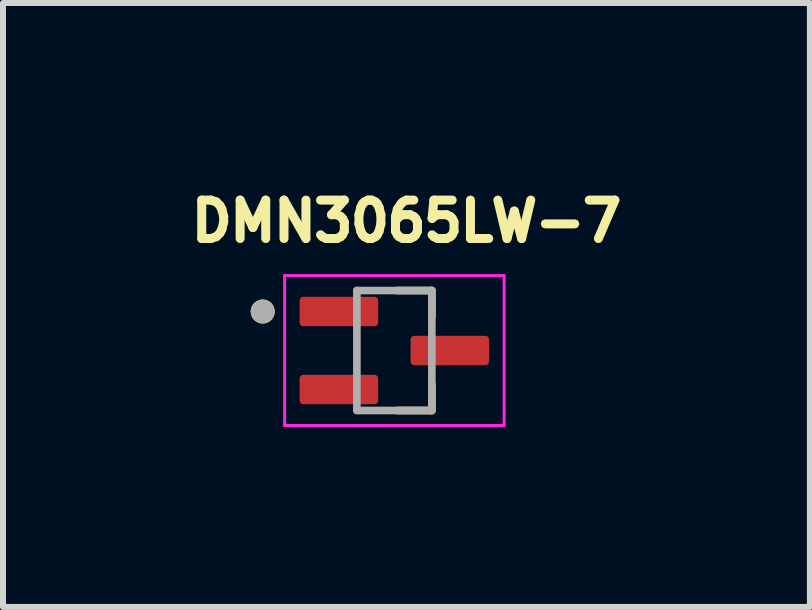
<source format=kicad_pcb>
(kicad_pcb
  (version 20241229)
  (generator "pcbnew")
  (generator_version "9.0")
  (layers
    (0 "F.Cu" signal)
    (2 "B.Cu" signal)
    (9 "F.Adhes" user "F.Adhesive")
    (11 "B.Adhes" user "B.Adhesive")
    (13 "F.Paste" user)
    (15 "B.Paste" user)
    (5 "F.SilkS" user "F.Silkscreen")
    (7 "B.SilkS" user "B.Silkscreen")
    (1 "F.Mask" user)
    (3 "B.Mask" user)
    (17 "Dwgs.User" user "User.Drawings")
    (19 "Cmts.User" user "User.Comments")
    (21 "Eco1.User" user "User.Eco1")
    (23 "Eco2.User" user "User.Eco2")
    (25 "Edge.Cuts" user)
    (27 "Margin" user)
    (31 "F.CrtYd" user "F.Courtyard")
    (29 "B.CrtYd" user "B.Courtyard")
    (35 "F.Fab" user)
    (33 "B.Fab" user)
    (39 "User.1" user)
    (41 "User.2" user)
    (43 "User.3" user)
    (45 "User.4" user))
  (footprint "DMN3065LW-7"
    (layer "F.Cu")
    (at 3.525 2.794)
    (property "Reference" "DMN3065LW-7" (at 0.202 -2.156 0) (layer "F.SilkS") (effects (font (size 0.64 0.64) (thickness 0.15))))
    (attr smd)
    (fp_line (start 0.05 1) (end 0.625 1) (stroke (width 0.127) (type solid)) (layer "F.SilkS"))
    (fp_line (start 0.625 -1) (end 0.05 -1) (stroke (width 0.127) (type solid)) (layer "F.SilkS"))
    (fp_line (start 0.625 -0.565) (end 0.625 -1) (stroke (width 0.127) (type solid)) (layer "F.SilkS"))
    (fp_line (start 0.625 1) (end 0.625 0.565) (stroke (width 0.127) (type solid)) (layer "F.SilkS"))
    (fp_circle (center -2.195 -0.65) (end -2.095 -0.65) (stroke (width 0.2) (type solid)) (fill no) (layer "F.SilkS"))
    (fp_line (start -1.83 -1.25) (end -1.83 1.25) (stroke (width 0.05) (type solid)) (layer "F.CrtYd"))
    (fp_line (start -1.83 1.25) (end 1.83 1.25) (stroke (width 0.05) (type solid)) (layer "F.CrtYd"))
    (fp_line (start 1.83 -1.25) (end -1.83 -1.25) (stroke (width 0.05) (type solid)) (layer "F.CrtYd"))
    (fp_line (start 1.83 1.25) (end 1.83 -1.25) (stroke (width 0.05) (type solid)) (layer "F.CrtYd"))
    (fp_line (start -0.625 -1) (end -0.625 1) (stroke (width 0.127) (type solid)) (layer "F.Fab"))
    (fp_line (start -0.625 1) (end 0.625 1) (stroke (width 0.127) (type solid)) (layer "F.Fab"))
    (fp_line (start 0.625 -1) (end -0.625 -1) (stroke (width 0.127) (type solid)) (layer "F.Fab"))
    (fp_line (start 0.625 1) (end 0.625 -1) (stroke (width 0.127) (type solid)) (layer "F.Fab"))
    (fp_circle (center -2.195 -0.65) (end -2.095 -0.65) (stroke (width 0.2) (type solid)) (fill no) (layer "F.Fab"))
    (pad "1" smd roundrect (at -0.925 -0.65) (size 1.31 0.49) (layers "F.Cu" "F.Mask" "F.Paste") (roundrect_rratio 0.125))
    (pad "2" smd roundrect (at -0.925 0.65) (size 1.31 0.49) (layers "F.Cu" "F.Mask" "F.Paste") (roundrect_rratio 0.125))
    (pad "3" smd roundrect (at 0.925 0) (size 1.31 0.49) (layers "F.Cu" "F.Mask" "F.Paste") (roundrect_rratio 0.125)))
  (gr_rect
    (start -3 -3)
    (end 10.453 7.069)
    (stroke (width 0.1) (type default))
    (fill no)
    (layer "Edge.Cuts")))
</source>
